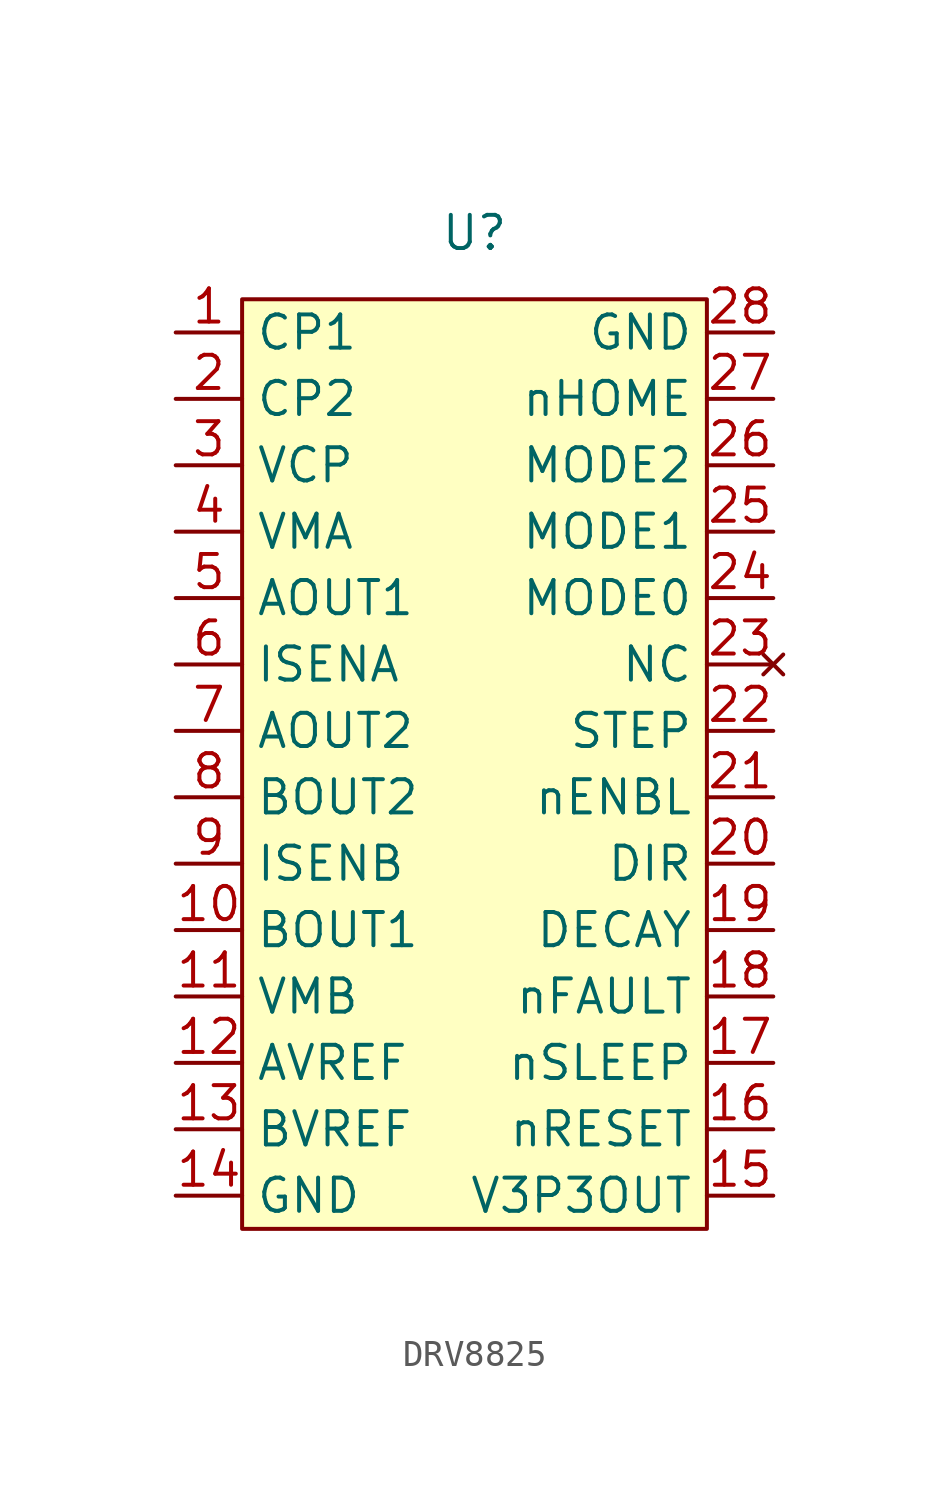
<source format=kicad_sym>
(kicad_symbol_lib
  (version 20220914)
  (generator kicad_symbol_editor)
  (symbol "DRV8825"
    (property "Reference" "U"
      (at 0 20.32 0)
      (effects (font (size 1.27 1.27))))
    (property "Value" ""
      (at -1.27 0 0)
      (effects (font (size 1.27 1.27))))
    (symbol "DRV8825_1_1"
      (rectangle (start -8.89 17.78) (end 8.89 -17.78) (stroke (width 0) (type default)) (fill (type background)))
      (pin bidirectional line (at -11.43 16.51 0) (length 2.54) (name "CP1" (effects (font (size 1.27 1.27)))) (number "1" (effects (font (size 1.27 1.27)))))
      (pin output line (at -11.43 -6.35 0) (length 2.54) (name "BOUT1" (effects (font (size 1.27 1.27)))) (number "10" (effects (font (size 1.27 1.27)))))
      (pin power_in line (at -11.43 -8.89 0) (length 2.54) (name "VMB" (effects (font (size 1.27 1.27)))) (number "11" (effects (font (size 1.27 1.27)))))
      (pin input line (at -11.43 -11.43 0) (length 2.54) (name "AVREF" (effects (font (size 1.27 1.27)))) (number "12" (effects (font (size 1.27 1.27)))))
      (pin input line (at -11.43 -13.97 0) (length 2.54) (name "BVREF" (effects (font (size 1.27 1.27)))) (number "13" (effects (font (size 1.27 1.27)))))
      (pin power_in line (at -11.43 -16.51 0) (length 2.54) (name "GND" (effects (font (size 1.27 1.27)))) (number "14" (effects (font (size 1.27 1.27)))))
      (pin power_out line (at 11.43 -16.51 180) (length 2.54) (name "V3P3OUT" (effects (font (size 1.27 1.27)))) (number "15" (effects (font (size 1.27 1.27)))))
      (pin input line (at 11.43 -13.97 180) (length 2.54) (name "nRESET" (effects (font (size 1.27 1.27)))) (number "16" (effects (font (size 1.27 1.27)))))
      (pin input line (at 11.43 -11.43 180) (length 2.54) (name "nSLEEP" (effects (font (size 1.27 1.27)))) (number "17" (effects (font (size 1.27 1.27)))))
      (pin input line (at 11.43 -8.89 180) (length 2.54) (name "nFAULT" (effects (font (size 1.27 1.27)))) (number "18" (effects (font (size 1.27 1.27)))))
      (pin input line (at 11.43 -6.35 180) (length 2.54) (name "DECAY" (effects (font (size 1.27 1.27)))) (number "19" (effects (font (size 1.27 1.27)))))
      (pin bidirectional line (at -11.43 13.97 0) (length 2.54) (name "CP2" (effects (font (size 1.27 1.27)))) (number "2" (effects (font (size 1.27 1.27)))))
      (pin input line (at 11.43 -3.81 180) (length 2.54) (name "DIR" (effects (font (size 1.27 1.27)))) (number "20" (effects (font (size 1.27 1.27)))))
      (pin input line (at 11.43 -1.27 180) (length 2.54) (name "nENBL" (effects (font (size 1.27 1.27)))) (number "21" (effects (font (size 1.27 1.27)))))
      (pin input line (at 11.43 1.27 180) (length 2.54) (name "STEP" (effects (font (size 1.27 1.27)))) (number "22" (effects (font (size 1.27 1.27)))))
      (pin no_connect line (at 11.43 3.81 180) (length 2.54) (name "NC" (effects (font (size 1.27 1.27)))) (number "23" (effects (font (size 1.27 1.27)))))
      (pin input line (at 11.43 6.35 180) (length 2.54) (name "MODE0" (effects (font (size 1.27 1.27)))) (number "24" (effects (font (size 1.27 1.27)))))
      (pin input line (at 11.43 8.89 180) (length 2.54) (name "MODE1" (effects (font (size 1.27 1.27)))) (number "25" (effects (font (size 1.27 1.27)))))
      (pin input line (at 11.43 11.43 180) (length 2.54) (name "MODE2" (effects (font (size 1.27 1.27)))) (number "26" (effects (font (size 1.27 1.27)))))
      (pin input line (at 11.43 13.97 180) (length 2.54) (name "nHOME" (effects (font (size 1.27 1.27)))) (number "27" (effects (font (size 1.27 1.27)))))
      (pin power_in line (at 11.43 16.51 180) (length 2.54) (name "GND" (effects (font (size 1.27 1.27)))) (number "28" (effects (font (size 1.27 1.27)))))
      (pin bidirectional line (at -11.43 11.43 0) (length 2.54) (name "VCP" (effects (font (size 1.27 1.27)))) (number "3" (effects (font (size 1.27 1.27)))))
      (pin power_in line (at -11.43 8.89 0) (length 2.54) (name "VMA" (effects (font (size 1.27 1.27)))) (number "4" (effects (font (size 1.27 1.27)))))
      (pin output line (at -11.43 6.35 0) (length 2.54) (name "AOUT1" (effects (font (size 1.27 1.27)))) (number "5" (effects (font (size 1.27 1.27)))))
      (pin bidirectional line (at -11.43 3.81 0) (length 2.54) (name "ISENA" (effects (font (size 1.27 1.27)))) (number "6" (effects (font (size 1.27 1.27)))))
      (pin output line (at -11.43 1.27 0) (length 2.54) (name "AOUT2" (effects (font (size 1.27 1.27)))) (number "7" (effects (font (size 1.27 1.27)))))
      (pin output line (at -11.43 -1.27 0) (length 2.54) (name "BOUT2" (effects (font (size 1.27 1.27)))) (number "8" (effects (font (size 1.27 1.27)))))
      (pin bidirectional line (at -11.43 -3.81 0) (length 2.54) (name "ISENB" (effects (font (size 1.27 1.27)))) (number "9" (effects (font (size 1.27 1.27))))))))
</source>
